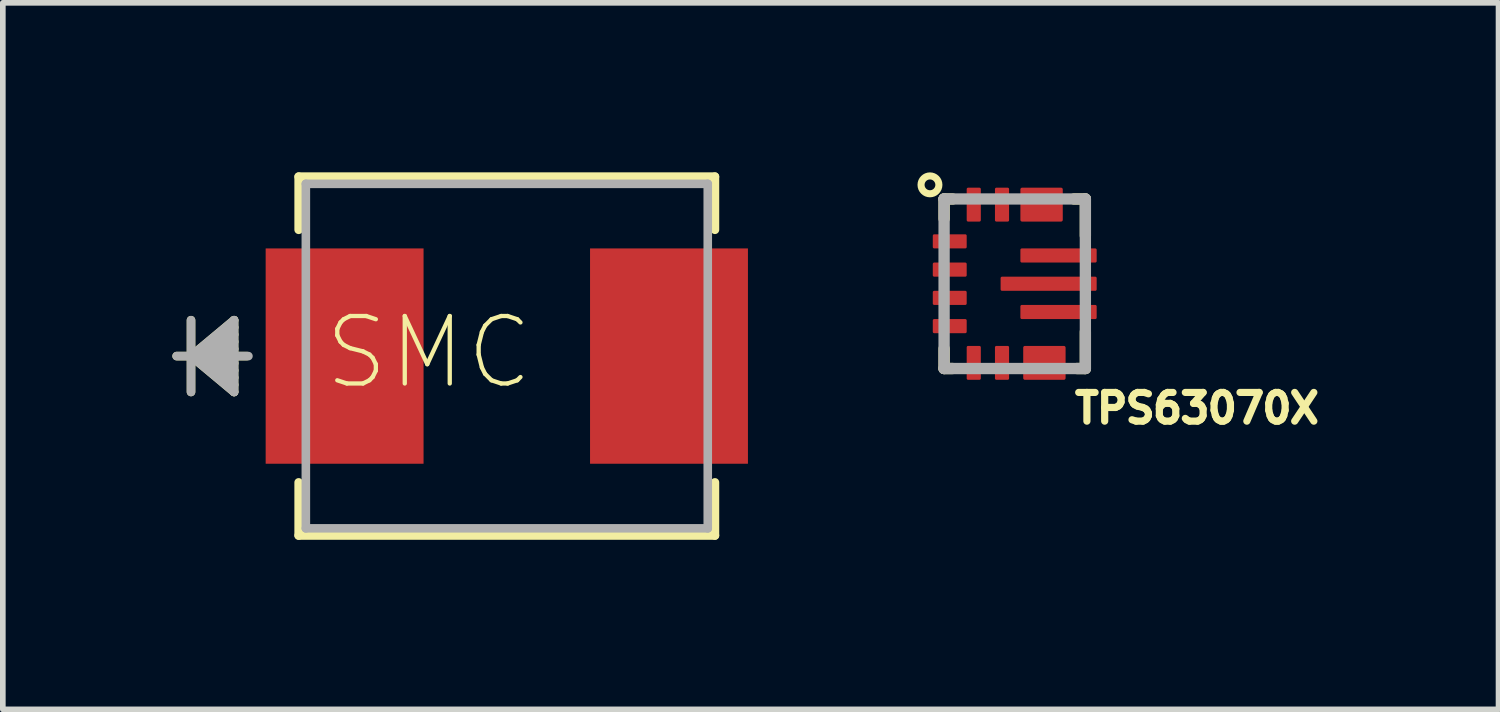
<source format=kicad_pcb>
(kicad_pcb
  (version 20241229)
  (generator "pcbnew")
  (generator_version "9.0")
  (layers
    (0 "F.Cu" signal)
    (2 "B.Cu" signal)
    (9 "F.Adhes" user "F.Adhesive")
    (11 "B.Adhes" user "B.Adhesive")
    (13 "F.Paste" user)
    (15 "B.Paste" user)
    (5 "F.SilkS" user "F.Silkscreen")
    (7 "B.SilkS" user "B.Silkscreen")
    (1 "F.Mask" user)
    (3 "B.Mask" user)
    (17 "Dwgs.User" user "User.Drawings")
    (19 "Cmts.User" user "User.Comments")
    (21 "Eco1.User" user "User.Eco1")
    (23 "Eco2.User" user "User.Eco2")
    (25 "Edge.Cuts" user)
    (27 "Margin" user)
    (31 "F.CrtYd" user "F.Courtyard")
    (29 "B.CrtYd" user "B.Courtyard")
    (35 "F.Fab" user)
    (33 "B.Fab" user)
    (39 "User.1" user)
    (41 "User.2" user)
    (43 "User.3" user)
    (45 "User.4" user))
  (footprint "TPS63070X"
    (layer "F.Cu")
    (at 14.906 1.971)
    (property "Reference" "TPS63070X" (at 1 2.5 0) (unlocked yes) (layer "F.SilkS") (effects (font (size 0.508 0.508) (thickness 0.127)) (justify left bottom)))
    (fp_poly (pts (xy -0.8 -0.575) (xy -1.5 -0.575) (xy -1.5 -0.925) (xy -0.8 -0.925)) (stroke (width 0) (type default)) (fill yes) (layer "F.Mask"))
    (fp_poly (pts (xy -0.8 -0.075) (xy -1.5 -0.075) (xy -1.5 -0.425) (xy -0.8 -0.425)) (stroke (width 0) (type default)) (fill yes) (layer "F.Mask"))
    (fp_poly (pts (xy -0.8 0.425) (xy -1.5 0.425) (xy -1.5 0.075) (xy -0.8 0.075)) (stroke (width 0) (type default)) (fill yes) (layer "F.Mask"))
    (fp_poly (pts (xy -0.8 0.925) (xy -1.5 0.925) (xy -1.5 0.575) (xy -0.8 0.575)) (stroke (width 0) (type default)) (fill yes) (layer "F.Mask"))
    (fp_poly (pts (xy -0.55 -1.05) (xy -0.9 -1.05) (xy -0.9 -1.75) (xy -0.55 -1.75)) (stroke (width 0) (type default)) (fill yes) (layer "F.Mask"))
    (fp_poly (pts (xy -0.55 1.75) (xy -0.9 1.75) (xy -0.9 1.05) (xy -0.55 1.05)) (stroke (width 0) (type default)) (fill yes) (layer "F.Mask"))
    (fp_poly (pts (xy -0.05 -1.05) (xy -0.4 -1.05) (xy -0.4 -1.75) (xy -0.05 -1.75)) (stroke (width 0) (type default)) (fill yes) (layer "F.Mask"))
    (fp_poly (pts (xy -0.05 1.75) (xy -0.4 1.75) (xy -0.4 1.05) (xy -0.05 1.05)) (stroke (width 0) (type default)) (fill yes) (layer "F.Mask"))
    (fp_poly (pts (xy 1.45 -0.375) (xy 0.1 -0.375) (xy 0.1 -0.625) (xy 1.45 -0.625)) (stroke (width 0) (type default)) (fill yes) (layer "F.Mask"))
    (fp_poly (pts (xy 1.45 0.125) (xy -0.25 0.125) (xy -0.25 -0.125) (xy 1.45 -0.125)) (stroke (width 0) (type default)) (fill yes) (layer "F.Mask"))
    (fp_poly (pts (xy 1.45 0.625) (xy 0.1 0.625) (xy 0.1 0.375) (xy 1.45 0.375)) (stroke (width 0) (type default)) (fill yes) (layer "F.Mask"))
    (fp_poly (pts (xy 0.35 -1.35) (xy 0.6 -1.35) (xy 0.6 -1.7) (xy 0.85 -1.7) (xy 0.85 -1.1) (xy 0.1 -1.1) (xy 0.1 -1.7) (xy 0.35 -1.7)) (stroke (width 0) (type default)) (fill yes) (layer "F.Mask"))
    (fp_poly (pts (xy 0.9 1.7) (xy 0.65 1.7) (xy 0.65 1.35) (xy 0.4 1.35) (xy 0.4 1.7) (xy 0.15 1.7) (xy 0.15 1.1) (xy 0.9 1.1)) (stroke (width 0) (type default)) (fill yes) (layer "F.Mask"))
    (fp_line (start -1.25 -1.5) (end -1.25 -1.15) (stroke (width 0.2) (type solid)) (layer "F.SilkS"))
    (fp_line (start -1.25 1.15) (end -1.25 1.5) (stroke (width 0.2) (type solid)) (layer "F.SilkS"))
    (fp_line (start -1.25 1.5) (end -1.1 1.5) (stroke (width 0.2) (type solid)) (layer "F.SilkS"))
    (fp_line (start -1.1 -1.5) (end -1.25 -1.5) (stroke (width 0.2) (type solid)) (layer "F.SilkS"))
    (fp_line (start 1.1 1.5) (end 1.25 1.5) (stroke (width 0.2) (type solid)) (layer "F.SilkS"))
    (fp_line (start 1.25 -1.5) (end 1.05 -1.5) (stroke (width 0.2) (type solid)) (layer "F.SilkS"))
    (fp_line (start 1.25 -0.85) (end 1.25 -1.5) (stroke (width 0.2) (type solid)) (layer "F.SilkS"))
    (fp_line (start 1.25 1.5) (end 1.25 0.85) (stroke (width 0.2) (type solid)) (layer "F.SilkS"))
    (fp_circle (center -1.5 -1.75) (end -1.342 -1.75) (stroke (width 0.125) (type solid)) (fill no) (layer "F.SilkS"))
    (fp_poly (pts (xy 0.5 0.125) (xy -0.225 0.125) (xy -0.225 -0.125) (xy 0.5 -0.125)) (stroke (width 0) (type default)) (fill yes) (layer "F.Paste"))
    (fp_poly (pts (xy 0.675 -0.375) (xy 0.1 -0.375) (xy 0.1 -0.625) (xy 0.675 -0.625)) (stroke (width 0) (type default)) (fill yes) (layer "F.Paste"))
    (fp_poly (pts (xy 0.675 0.625) (xy 0.1 0.625) (xy 0.1 0.375) (xy 0.675 0.375)) (stroke (width 0) (type default)) (fill yes) (layer "F.Paste"))
    (fp_poly (pts (xy 1.425 0.125) (xy 0.7 0.125) (xy 0.7 -0.125) (xy 1.425 -0.125)) (stroke (width 0) (type default)) (fill yes) (layer "F.Paste"))
    (fp_poly (pts (xy 1.45 -0.375) (xy 0.875 -0.375) (xy 0.875 -0.625) (xy 1.45 -0.625)) (stroke (width 0) (type default)) (fill yes) (layer "F.Paste"))
    (fp_poly (pts (xy 1.45 0.625) (xy 0.875 0.625) (xy 0.875 0.375) (xy 1.45 0.375)) (stroke (width 0) (type default)) (fill yes) (layer "F.Paste"))
    (fp_poly (pts (xy 0.35 -1.35) (xy 0.6 -1.35) (xy 0.6 -1.7) (xy 0.85 -1.7) (xy 0.85 -1.1) (xy 0.1 -1.1) (xy 0.1 -1.7) (xy 0.35 -1.7)) (stroke (width 0) (type default)) (fill yes) (layer "F.Paste"))
    (fp_poly (pts (xy 0.9 1.7) (xy 0.65 1.7) (xy 0.65 1.35) (xy 0.4 1.35) (xy 0.4 1.7) (xy 0.15 1.7) (xy 0.15 1.1) (xy 0.9 1.1)) (stroke (width 0) (type default)) (fill yes) (layer "F.Paste"))
    (fp_line (start -1.25 -1.5) (end 1.25 -1.5) (stroke (width 0.2) (type solid)) (layer "F.Fab"))
    (fp_line (start -1.25 1.5) (end -1.25 -1.5) (stroke (width 0.2) (type solid)) (layer "F.Fab"))
    (fp_line (start 1.25 -1.5) (end 1.25 1.5) (stroke (width 0.2) (type solid)) (layer "F.Fab"))
    (fp_line (start 1.25 1.5) (end -1.25 1.5) (stroke (width 0.2) (type solid)) (layer "F.Fab"))
    (pad "1" smd roundrect (at -1.15 -0.75 90) (size 0.25 0.6) (layers "F.Cu" "F.Paste") (roundrect_rratio 0.1))
    (pad "2" smd roundrect (at -1.15 -0.25 90) (size 0.25 0.6) (layers "F.Cu" "F.Paste") (roundrect_rratio 0.1))
    (pad "3" smd roundrect (at -1.15 0.25 90) (size 0.25 0.6) (layers "F.Cu" "F.Paste") (roundrect_rratio 0.1))
    (pad "4" smd roundrect (at -1.15 0.75 90) (size 0.25 0.6) (layers "F.Cu" "F.Paste") (roundrect_rratio 0.1))
    (pad "5" smd roundrect (at -0.725 1.4 180) (size 0.25 0.6) (layers "F.Cu" "F.Paste") (roundrect_rratio 0.1))
    (pad "6" smd roundrect (at -0.225 1.4 180) (size 0.25 0.6) (layers "F.Cu" "F.Paste") (roundrect_rratio 0.1))
    (pad "7-8" smd roundrect (at 0.525 1.4) (size 0.75 0.6) (layers "F.Cu") (roundrect_rratio 0.05))
    (pad "9" smd roundrect (at 0.775 0.5 270) (size 0.25 1.35) (layers "F.Cu") (roundrect_rratio 0.1))
    (pad "10" smd roundrect (at 0.6 0 270) (size 0.25 1.7) (layers "F.Cu") (roundrect_rratio 0.1))
    (pad "11" smd roundrect (at 0.775 -0.5 270) (size 0.25 1.35) (layers "F.Cu") (roundrect_rratio 0.1))
    (pad "12-13" smd roundrect (at 0.475 -1.4) (size 0.75 0.6) (layers "F.Cu") (roundrect_rratio 0.05))
    (pad "14" smd roundrect (at -0.225 -1.4) (size 0.25 0.6) (layers "F.Cu" "F.Paste") (roundrect_rratio 0.1))
    (pad "15" smd roundrect (at -0.725 -1.4) (size 0.25 0.6) (layers "F.Cu" "F.Paste") (roundrect_rratio 0.1)))
  (footprint "SMC"
    (layer "F.Cu")
    (at 5.918 3.251)
    (property "Reference" "SMC" (at -3.277 0.635 0) (unlocked yes) (layer "F.SilkS") (effects (font (size 1.194 1.194) (thickness 0.076)) (justify left bottom)))
    (fp_line (start -5.588 -0.635) (end -5.588 0) (stroke (width 0.152) (type solid)) (layer "F.SilkS"))
    (fp_line (start -5.588 0) (end -5.842 0) (stroke (width 0.152) (type solid)) (layer "F.SilkS"))
    (fp_line (start -5.588 0) (end -5.588 0.635) (stroke (width 0.152) (type solid)) (layer "F.SilkS"))
    (fp_line (start -5.588 0) (end -4.826 -0.635) (stroke (width 0.152) (type solid)) (layer "F.SilkS"))
    (fp_line (start -5.588 0) (end -4.826 -0.508) (stroke (width 0.152) (type solid)) (layer "F.SilkS"))
    (fp_line (start -5.588 0) (end -4.826 -0.381) (stroke (width 0.152) (type solid)) (layer "F.SilkS"))
    (fp_line (start -5.588 0) (end -4.826 -0.254) (stroke (width 0.152) (type solid)) (layer "F.SilkS"))
    (fp_line (start -5.588 0) (end -4.826 -0.127) (stroke (width 0.152) (type solid)) (layer "F.SilkS"))
    (fp_line (start -5.588 0) (end -4.826 0.127) (stroke (width 0.152) (type solid)) (layer "F.SilkS"))
    (fp_line (start -5.588 0) (end -4.826 0.254) (stroke (width 0.152) (type solid)) (layer "F.SilkS"))
    (fp_line (start -5.588 0) (end -4.826 0.381) (stroke (width 0.152) (type solid)) (layer "F.SilkS"))
    (fp_line (start -5.588 0) (end -4.826 0.508) (stroke (width 0.152) (type solid)) (layer "F.SilkS"))
    (fp_line (start -5.588 0) (end -4.826 0.635) (stroke (width 0.152) (type solid)) (layer "F.SilkS"))
    (fp_line (start -4.826 -0.635) (end -4.826 0.635) (stroke (width 0.152) (type solid)) (layer "F.SilkS"))
    (fp_line (start -4.597 0) (end -5.588 0) (stroke (width 0.152) (type solid)) (layer "F.SilkS"))
    (fp_line (start -3.683 -3.175) (end -3.683 -2.235) (stroke (width 0.152) (type solid)) (layer "F.SilkS"))
    (fp_line (start -3.683 2.235) (end -3.683 3.175) (stroke (width 0.152) (type solid)) (layer "F.SilkS"))
    (fp_line (start -3.683 3.175) (end 3.683 3.175) (stroke (width 0.152) (type solid)) (layer "F.SilkS"))
    (fp_line (start 3.683 -3.175) (end -3.683 -3.175) (stroke (width 0.152) (type solid)) (layer "F.SilkS"))
    (fp_line (start 3.683 -2.235) (end 3.683 -3.175) (stroke (width 0.152) (type solid)) (layer "F.SilkS"))
    (fp_line (start 3.683 3.175) (end 3.683 2.235) (stroke (width 0.152) (type solid)) (layer "F.SilkS"))
    (fp_line (start -5.588 -0.635) (end -5.588 0) (stroke (width 0.152) (type solid)) (layer "F.Fab"))
    (fp_line (start -5.588 0) (end -5.842 0) (stroke (width 0.152) (type solid)) (layer "F.Fab"))
    (fp_line (start -5.588 0) (end -5.588 0.635) (stroke (width 0.152) (type solid)) (layer "F.Fab"))
    (fp_line (start -5.588 0) (end -4.826 -0.635) (stroke (width 0.152) (type solid)) (layer "F.Fab"))
    (fp_line (start -5.588 0) (end -4.826 -0.508) (stroke (width 0.152) (type solid)) (layer "F.Fab"))
    (fp_line (start -5.588 0) (end -4.826 -0.381) (stroke (width 0.152) (type solid)) (layer "F.Fab"))
    (fp_line (start -5.588 0) (end -4.826 -0.254) (stroke (width 0.152) (type solid)) (layer "F.Fab"))
    (fp_line (start -5.588 0) (end -4.826 -0.127) (stroke (width 0.152) (type solid)) (layer "F.Fab"))
    (fp_line (start -5.588 0) (end -4.826 0.127) (stroke (width 0.152) (type solid)) (layer "F.Fab"))
    (fp_line (start -5.588 0) (end -4.826 0.254) (stroke (width 0.152) (type solid)) (layer "F.Fab"))
    (fp_line (start -5.588 0) (end -4.826 0.381) (stroke (width 0.152) (type solid)) (layer "F.Fab"))
    (fp_line (start -5.588 0) (end -4.826 0.508) (stroke (width 0.152) (type solid)) (layer "F.Fab"))
    (fp_line (start -5.588 0) (end -4.826 0.635) (stroke (width 0.152) (type solid)) (layer "F.Fab"))
    (fp_line (start -4.826 -0.635) (end -4.826 0.635) (stroke (width 0.152) (type solid)) (layer "F.Fab"))
    (fp_line (start -4.572 0) (end -5.588 0) (stroke (width 0.152) (type solid)) (layer "F.Fab"))
    (fp_line (start -3.556 -3.048) (end -3.556 3.048) (stroke (width 0.152) (type solid)) (layer "F.Fab"))
    (fp_line (start -3.556 3.048) (end 3.556 3.048) (stroke (width 0.152) (type solid)) (layer "F.Fab"))
    (fp_line (start 3.556 -3.048) (end -3.556 -3.048) (stroke (width 0.152) (type solid)) (layer "F.Fab"))
    (fp_line (start 3.556 3.048) (end 3.556 -3.048) (stroke (width 0.152) (type solid)) (layer "F.Fab"))
    (pad "1" smd rect (at -2.87 0) (size 2.794 3.81) (layers "F.Cu" "F.Mask" "F.Paste"))
    (pad "2" smd rect (at 2.87 0 180) (size 2.794 3.81) (layers "F.Cu" "F.Mask" "F.Paste"))
    (zone (net_name "") (layer "F.Cu") (hatch edge 0.5) (connect_pads) (min_thickness 0.25) (filled_areas_thickness no) (keepout (tracks not_allowed) (vias not_allowed) (pads not_allowed) (copperpour not_allowed) (footprints allowed)) (placement (enabled no)) (fill) (polygon (pts (xy 2.413 0.254) (xy 9.423 0.254) (xy 9.423 1.295) (xy 2.413 1.295))))
    (zone (net_name "") (layer "F.Cu") (hatch edge 0.5) (connect_pads) (min_thickness 0.25) (filled_areas_thickness no) (keepout (tracks not_allowed) (vias not_allowed) (pads not_allowed) (copperpour not_allowed) (footprints allowed)) (placement (enabled no)) (fill) (polygon (pts (xy 2.413 5.207) (xy 9.423 5.207) (xy 9.423 6.248) (xy 2.413 6.248))))
    (zone (net_name "") (layer "F.Cu") (hatch edge 0.5) (connect_pads) (min_thickness 0.25) (filled_areas_thickness no) (keepout (tracks not_allowed) (vias not_allowed) (pads not_allowed) (copperpour not_allowed) (footprints allowed)) (placement (enabled no)) (fill) (polygon (pts (xy 4.242 1.295) (xy 7.595 1.295) (xy 7.595 5.207) (xy 4.242 5.207)))))
  (gr_rect
    (start -3 -3)
    (end 23.467 9.502)
    (stroke (width 0.1) (type default))
    (fill no)
    (layer "Edge.Cuts")))
</source>
